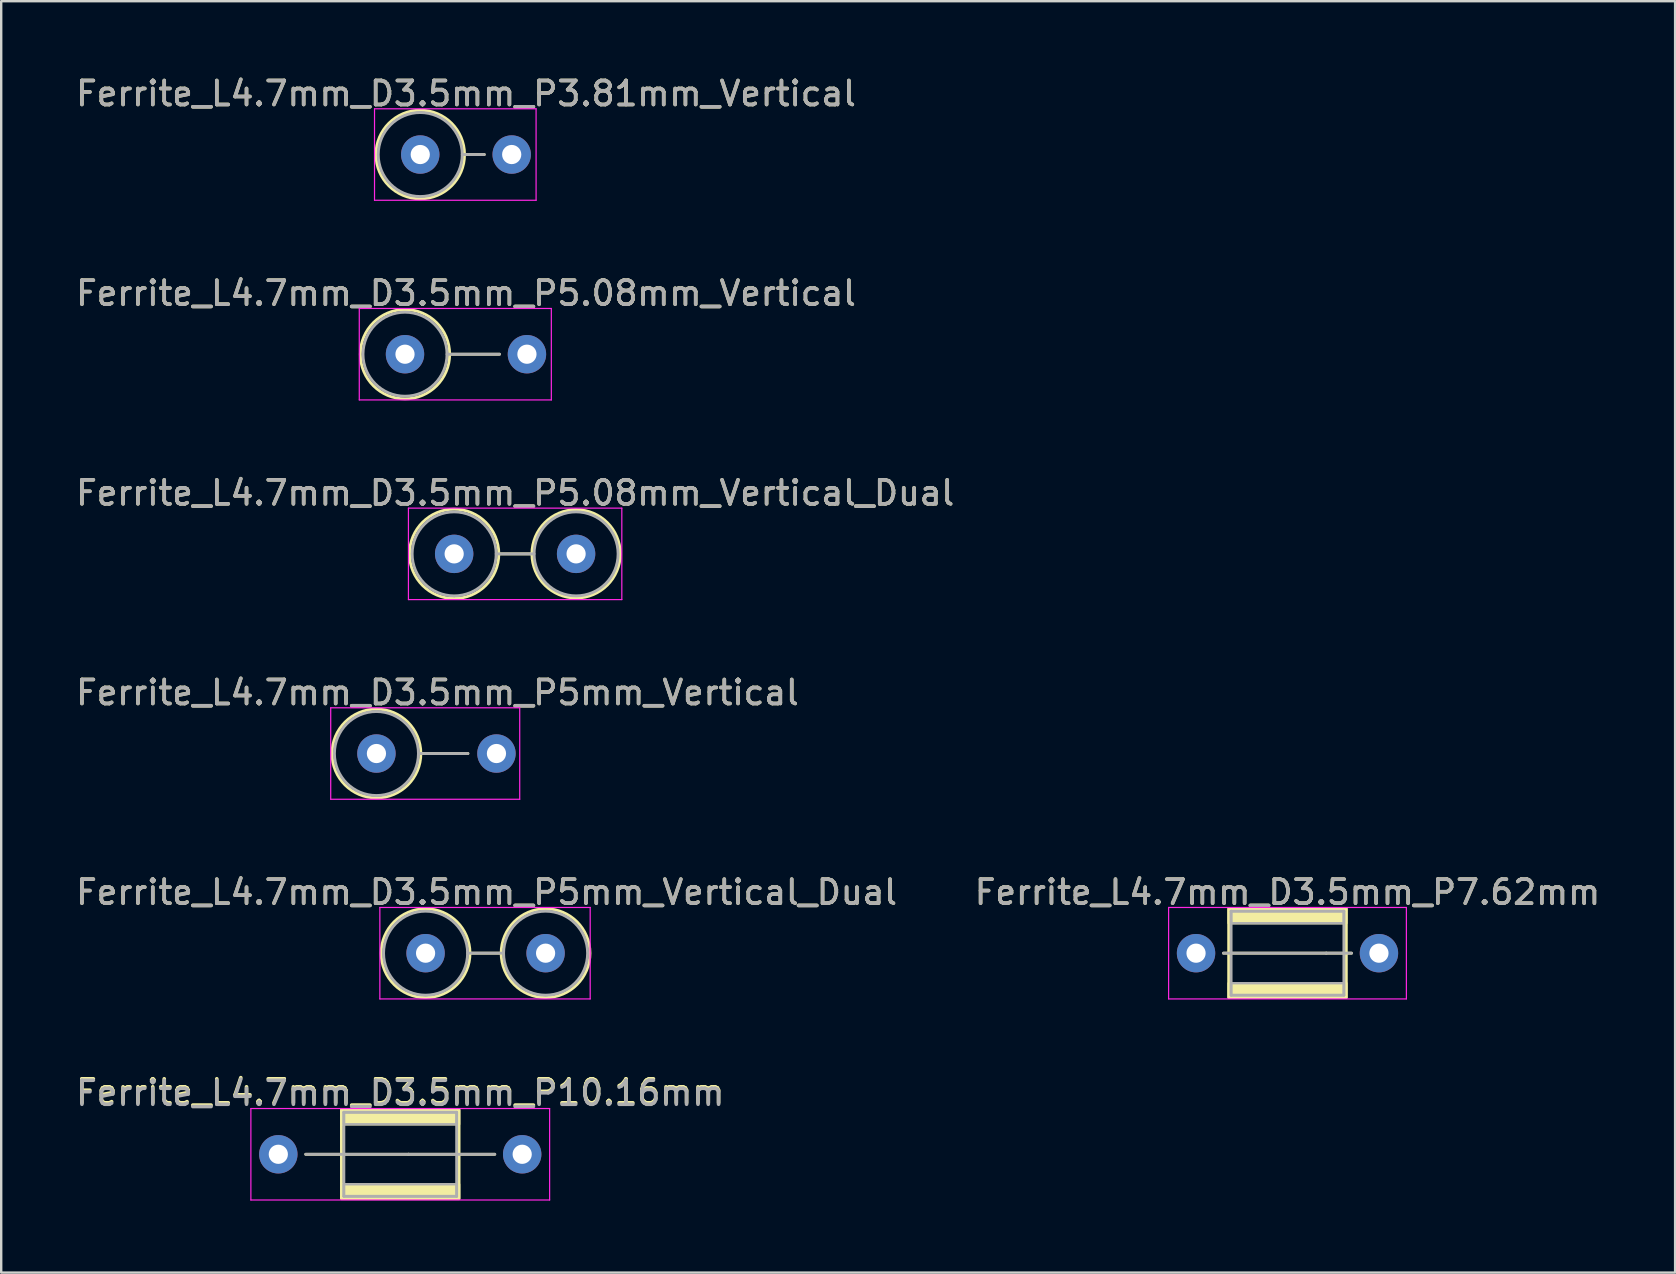
<source format=kicad_pcb>
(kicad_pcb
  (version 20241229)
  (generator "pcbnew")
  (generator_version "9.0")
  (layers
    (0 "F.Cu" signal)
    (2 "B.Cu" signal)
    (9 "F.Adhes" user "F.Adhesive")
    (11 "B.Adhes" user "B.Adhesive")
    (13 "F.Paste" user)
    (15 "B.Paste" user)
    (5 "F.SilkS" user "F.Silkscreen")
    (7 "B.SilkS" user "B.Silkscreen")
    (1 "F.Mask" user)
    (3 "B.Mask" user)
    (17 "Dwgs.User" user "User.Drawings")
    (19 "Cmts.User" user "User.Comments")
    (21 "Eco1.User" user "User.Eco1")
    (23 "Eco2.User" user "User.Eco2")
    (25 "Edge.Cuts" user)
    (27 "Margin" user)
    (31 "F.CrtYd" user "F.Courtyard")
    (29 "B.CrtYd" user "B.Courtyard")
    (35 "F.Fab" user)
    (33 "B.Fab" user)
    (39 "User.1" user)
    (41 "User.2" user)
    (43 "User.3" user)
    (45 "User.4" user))
  (footprint "Ferrite_L4.7mm_D3.5mm_P3.81mm_Vertical"
    (layer "F.Cu")
    (at 14.458 3.388)
    (property "Reference" "Ferrite_L4.7mm_D3.5mm_P3.81mm_Vertical" (at 1.905 -2.54 0) (layer "F.SilkS") (effects (font (size 1 1) (thickness 0.15))))
    (fp_line (start 1.845 0) (end 2.667 0) (stroke (width 0.12) (type solid)) (layer "F.SilkS"))
    (fp_circle (center 0 0) (end -1.845 0) (stroke (width 0.12) (type solid)) (fill no) (layer "F.SilkS"))
    (fp_line (start -1.905 -1.905) (end 4.826 -1.905) (stroke (width 0.05) (type solid)) (layer "F.CrtYd"))
    (fp_line (start -1.905 1.905) (end -1.905 -1.905) (stroke (width 0.05) (type solid)) (layer "F.CrtYd"))
    (fp_line (start 4.826 -1.905) (end 4.826 1.905) (stroke (width 0.05) (type solid)) (layer "F.CrtYd"))
    (fp_line (start 4.826 1.905) (end -1.905 1.905) (stroke (width 0.05) (type solid)) (layer "F.CrtYd"))
    (fp_line (start 1.75 0) (end 2.667 0) (stroke (width 0.12) (type solid)) (layer "F.Fab"))
    (fp_circle (center 0 0) (end -1.75 0) (stroke (width 0.12) (type solid)) (fill no) (layer "F.Fab"))
    (fp_text user "${REFERENCE}" (at 1.905 -2.539 0) (layer "F.Fab") (effects (font (size 1 1) (thickness 0.15))))
    (pad "1" thru_hole circle (at 0 0) (size 1.6 1.6) (drill 0.8) (layers "*.Cu" "*.Mask"))
    (pad "2" thru_hole circle (at 3.81 0) (size 1.6 1.6) (drill 0.8) (layers "*.Cu" "*.Mask")))
  (footprint "Ferrite_L4.7mm_D3.5mm_P5mm_Vertical"
    (layer "F.Cu")
    (at 12.633 28.343)
    (property "Reference" "Ferrite_L4.7mm_D3.5mm_P5mm_Vertical" (at 2.54 -2.54 0) (layer "F.SilkS") (effects (font (size 1 1) (thickness 0.15))))
    (fp_line (start 1.85 0) (end 3.81 0) (stroke (width 0.12) (type solid)) (layer "F.SilkS"))
    (fp_circle (center 0 0) (end -1.85 0) (stroke (width 0.12) (type solid)) (fill no) (layer "F.SilkS"))
    (fp_line (start -1.905 -1.905) (end 5.969 -1.905) (stroke (width 0.05) (type solid)) (layer "F.CrtYd"))
    (fp_line (start -1.905 1.905) (end -1.905 -1.905) (stroke (width 0.05) (type solid)) (layer "F.CrtYd"))
    (fp_line (start 5.969 -1.905) (end 5.969 1.905) (stroke (width 0.05) (type solid)) (layer "F.CrtYd"))
    (fp_line (start 5.969 1.905) (end -1.905 1.905) (stroke (width 0.05) (type solid)) (layer "F.CrtYd"))
    (fp_line (start 1.75 0) (end 3.81 0) (stroke (width 0.12) (type solid)) (layer "F.Fab"))
    (fp_circle (center 0 0) (end -1.75 0) (stroke (width 0.12) (type solid)) (fill no) (layer "F.Fab"))
    (fp_text user "${REFERENCE}" (at 2.54 -2.539 0) (layer "F.Fab") (effects (font (size 1 1) (thickness 0.15))))
    (pad "1" thru_hole circle (at 0 0) (size 1.6 1.6) (drill 0.8) (layers "*.Cu" "*.Mask"))
    (pad "2" thru_hole circle (at 5 0) (size 1.6 1.6) (drill 0.8) (layers "*.Cu" "*.Mask")))
  (footprint "Ferrite_L4.7mm_D3.5mm_P5.08mm_Vertical_Dual"
    (layer "F.Cu")
    (at 15.871 20.025)
    (property "Reference" "Ferrite_L4.7mm_D3.5mm_P5.08mm_Vertical_Dual" (at 2.54 -2.54 0) (layer "F.SilkS") (effects (font (size 1 1) (thickness 0.15))))
    (fp_line (start 1.86 0) (end 3.24 0) (stroke (width 0.12) (type solid)) (layer "F.SilkS"))
    (fp_circle (center 0 0) (end -1.86 0) (stroke (width 0.12) (type solid)) (fill no) (layer "F.SilkS"))
    (fp_circle (center 5.08 0) (end 3.24 0) (stroke (width 0.12) (type solid)) (fill no) (layer "F.SilkS"))
    (fp_line (start -1.905 -1.905) (end 6.985 -1.905) (stroke (width 0.05) (type solid)) (layer "F.CrtYd"))
    (fp_line (start -1.905 1.905) (end -1.905 -1.905) (stroke (width 0.05) (type solid)) (layer "F.CrtYd"))
    (fp_line (start 6.985 -1.905) (end 6.985 1.905) (stroke (width 0.05) (type solid)) (layer "F.CrtYd"))
    (fp_line (start 6.985 1.905) (end -1.905 1.905) (stroke (width 0.05) (type solid)) (layer "F.CrtYd"))
    (fp_line (start 1.75 0) (end 3.33 0) (stroke (width 0.12) (type solid)) (layer "F.Fab"))
    (fp_circle (center 0 0) (end -1.75 0) (stroke (width 0.12) (type solid)) (fill no) (layer "F.Fab"))
    (fp_circle (center 5.08 0) (end 3.33 0) (stroke (width 0.12) (type solid)) (fill no) (layer "F.Fab"))
    (fp_text user "${REFERENCE}" (at 2.54 -2.539 0) (layer "F.Fab") (effects (font (size 1 1) (thickness 0.15))))
    (pad "1" thru_hole circle (at 0 0) (size 1.6 1.6) (drill 0.8) (layers "*.Cu" "*.Mask"))
    (pad "2" thru_hole circle (at 5.08 0) (size 1.6 1.6) (drill 0.8) (layers "*.Cu" "*.Mask")))
  (footprint "Ferrite_L4.7mm_D3.5mm_P7.62mm"
    (layer "F.Cu")
    (at 46.779 36.661)
    (property "Reference" "Ferrite_L4.7mm_D3.5mm_P7.62mm" (at 3.81 -2.54 0) (layer "F.SilkS") (effects (font (size 1 1) (thickness 0.15))))
    (fp_line (start 5.424 0.000002) (end 1.143 0) (stroke (width 0.12) (type solid)) (layer "F.SilkS"))
    (fp_line (start 5.424 0.000002) (end 6.477 0) (stroke (width 0.12) (type solid)) (layer "F.SilkS"))
    (fp_rect (start 1.36 -1.85) (end 6.26 1.85) (stroke (width 0.12) (type solid)) (fill no) (layer "F.SilkS"))
    (fp_poly (pts (xy 6.26 -1.25) (xy 1.36 -1.25) (xy 1.36 -1.85) (xy 6.26 -1.85)) (stroke (width 0.1) (type solid)) (fill yes) (layer "F.SilkS"))
    (fp_poly (pts (xy 6.26 1.85) (xy 1.36 1.85) (xy 1.36 1.25) (xy 6.26 1.25)) (stroke (width 0.1) (type solid)) (fill yes) (layer "F.SilkS"))
    (fp_line (start -1.143 -1.905) (end 8.763 -1.905) (stroke (width 0.05) (type solid)) (layer "F.CrtYd"))
    (fp_line (start -1.143 1.905) (end -1.143 -1.905) (stroke (width 0.05) (type solid)) (layer "F.CrtYd"))
    (fp_line (start 8.763 -1.905) (end 8.763 1.905) (stroke (width 0.05) (type solid)) (layer "F.CrtYd"))
    (fp_line (start 8.763 1.905) (end -1.143 1.905) (stroke (width 0.05) (type solid)) (layer "F.CrtYd"))
    (fp_line (start 1.46 -1.75) (end 1.46 0) (stroke (width 0.12) (type solid)) (layer "F.Fab"))
    (fp_line (start 1.46 0) (end 1.46 1.75) (stroke (width 0.12) (type solid)) (layer "F.Fab"))
    (fp_line (start 1.46 1.75) (end 6.16 1.75) (stroke (width 0.12) (type solid)) (layer "F.Fab"))
    (fp_line (start 5.424 0.000002) (end 1.143 0) (stroke (width 0.12) (type solid)) (layer "F.Fab"))
    (fp_line (start 5.424 0.000002) (end 6.477 0) (stroke (width 0.12) (type solid)) (layer "F.Fab"))
    (fp_line (start 6.16 -1.75) (end 1.46 -1.75) (stroke (width 0.12) (type solid)) (layer "F.Fab"))
    (fp_line (start 6.16 1.75) (end 6.16 -1.75) (stroke (width 0.12) (type solid)) (layer "F.Fab"))
    (fp_poly (pts (xy 6.16 -1.25) (xy 1.46 -1.25) (xy 1.46 -1.75) (xy 6.16 -1.75)) (stroke (width 0.1) (type solid)) (fill no) (layer "F.Fab"))
    (fp_poly (pts (xy 6.16 1.75) (xy 1.46 1.75) (xy 1.46 1.25) (xy 6.16 1.25)) (stroke (width 0.1) (type solid)) (fill no) (layer "F.Fab"))
    (fp_text user "${REFERENCE}" (at 3.81 -2.539 0) (layer "F.Fab") (effects (font (size 1 1) (thickness 0.15))))
    (pad "1" thru_hole circle (at 0 0) (size 1.6 1.6) (drill 0.8) (layers "*.Cu" "*.Mask"))
    (pad "2" thru_hole circle (at 7.62 0) (size 1.6 1.6) (drill 0.8) (layers "*.Cu" "*.Mask")))
  (footprint "Ferrite_L4.7mm_D3.5mm_P5mm_Vertical_Dual"
    (layer "F.Cu")
    (at 14.68 36.661)
    (property "Reference" "Ferrite_L4.7mm_D3.5mm_P5mm_Vertical_Dual" (at 2.54 -2.54 0) (layer "F.SilkS") (effects (font (size 1 1) (thickness 0.15))))
    (fp_line (start 1.85 0) (end 3.15 0) (stroke (width 0.12) (type solid)) (layer "F.SilkS"))
    (fp_circle (center 0 0) (end -1.85 0) (stroke (width 0.12) (type solid)) (fill no) (layer "F.SilkS"))
    (fp_circle (center 5 0) (end 3.15 0) (stroke (width 0.12) (type solid)) (fill no) (layer "F.SilkS"))
    (fp_line (start -1.905 -1.905) (end 6.858 -1.905) (stroke (width 0.05) (type solid)) (layer "F.CrtYd"))
    (fp_line (start -1.905 1.905) (end -1.905 -1.905) (stroke (width 0.05) (type solid)) (layer "F.CrtYd"))
    (fp_line (start 6.858 -1.905) (end 6.858 1.905) (stroke (width 0.05) (type solid)) (layer "F.CrtYd"))
    (fp_line (start 6.858 1.905) (end -1.905 1.905) (stroke (width 0.05) (type solid)) (layer "F.CrtYd"))
    (fp_line (start 1.75 0) (end 3.25 0) (stroke (width 0.12) (type solid)) (layer "F.Fab"))
    (fp_circle (center 0 0) (end -1.75 0) (stroke (width 0.12) (type solid)) (fill no) (layer "F.Fab"))
    (fp_circle (center 5 0) (end 3.25 0) (stroke (width 0.12) (type solid)) (fill no) (layer "F.Fab"))
    (fp_text user "${REFERENCE}" (at 2.54 -2.539 0) (layer "F.Fab") (effects (font (size 1 1) (thickness 0.15))))
    (pad "1" thru_hole circle (at 0 0) (size 1.6 1.6) (drill 0.8) (layers "*.Cu" "*.Mask"))
    (pad "2" thru_hole circle (at 5 0) (size 1.6 1.6) (drill 0.8) (layers "*.Cu" "*.Mask")))
  (footprint "Ferrite_L4.7mm_D3.5mm_P10.16mm"
    (layer "F.Cu")
    (at 8.545 45.039)
    (property "Reference" "Ferrite_L4.7mm_D3.5mm_P10.16mm" (at 5.08 -2.6 0) (layer "F.SilkS") (effects (font (size 1 1) (thickness 0.15))))
    (fp_line (start 5.424 0.000002) (end 1.143 0) (stroke (width 0.12) (type solid)) (layer "F.SilkS"))
    (fp_line (start 5.424 0.000002) (end 9.017 0) (stroke (width 0.12) (type solid)) (layer "F.SilkS"))
    (fp_rect (start 2.63 -1.85) (end 7.53 1.85) (stroke (width 0.12) (type solid)) (fill no) (layer "F.SilkS"))
    (fp_poly (pts (xy 7.53 -1.25) (xy 2.63 -1.25) (xy 2.63 -1.85) (xy 7.53 -1.85)) (stroke (width 0.1) (type solid)) (fill yes) (layer "F.SilkS"))
    (fp_poly (pts (xy 7.53 1.85) (xy 2.63 1.85) (xy 2.63 1.25) (xy 7.53 1.25)) (stroke (width 0.1) (type solid)) (fill yes) (layer "F.SilkS"))
    (fp_line (start -1.143 -1.905) (end 11.303 -1.905) (stroke (width 0.05) (type solid)) (layer "F.CrtYd"))
    (fp_line (start -1.143 1.905) (end -1.143 -1.905) (stroke (width 0.05) (type solid)) (layer "F.CrtYd"))
    (fp_line (start 11.303 -1.905) (end 11.303 1.905) (stroke (width 0.05) (type solid)) (layer "F.CrtYd"))
    (fp_line (start 11.303 1.905) (end -1.143 1.905) (stroke (width 0.05) (type solid)) (layer "F.CrtYd"))
    (fp_line (start 2.73 -1.75) (end 2.73 0) (stroke (width 0.12) (type solid)) (layer "F.Fab"))
    (fp_line (start 2.73 0) (end 2.73 1.75) (stroke (width 0.12) (type solid)) (layer "F.Fab"))
    (fp_line (start 2.73 1.75) (end 7.43 1.75) (stroke (width 0.12) (type solid)) (layer "F.Fab"))
    (fp_line (start 5.424 0.000002) (end 1.143 0) (stroke (width 0.12) (type solid)) (layer "F.Fab"))
    (fp_line (start 5.424 0.000002) (end 9.017 0) (stroke (width 0.12) (type solid)) (layer "F.Fab"))
    (fp_line (start 7.43 -1.75) (end 2.73 -1.75) (stroke (width 0.12) (type solid)) (layer "F.Fab"))
    (fp_line (start 7.43 1.75) (end 7.43 -1.75) (stroke (width 0.12) (type solid)) (layer "F.Fab"))
    (fp_poly (pts (xy 7.43 -1.25) (xy 2.73 -1.25) (xy 2.73 -1.75) (xy 7.43 -1.75)) (stroke (width 0.1) (type solid)) (fill no) (layer "F.Fab"))
    (fp_poly (pts (xy 7.43 1.75) (xy 2.73 1.75) (xy 2.73 1.25) (xy 7.43 1.25)) (stroke (width 0.1) (type solid)) (fill no) (layer "F.Fab"))
    (fp_text user "${REFERENCE}" (at 5.08 -2.539 0) (layer "F.Fab") (effects (font (size 1 1) (thickness 0.15))))
    (pad "1" thru_hole circle (at 0 0) (size 1.6 1.6) (drill 0.8) (layers "*.Cu" "*.Mask"))
    (pad "2" thru_hole circle (at 10.16 0) (size 1.6 1.6) (drill 0.8) (layers "*.Cu" "*.Mask")))
  (footprint "Ferrite_L4.7mm_D3.5mm_P5.08mm_Vertical"
    (layer "F.Cu")
    (at 13.823 11.707)
    (property "Reference" "Ferrite_L4.7mm_D3.5mm_P5.08mm_Vertical" (at 2.54 -2.54 0) (layer "F.SilkS") (effects (font (size 1 1) (thickness 0.15))))
    (fp_line (start 1.86 0) (end 3.937 0) (stroke (width 0.12) (type solid)) (layer "F.SilkS"))
    (fp_circle (center 0 0) (end -1.86 0) (stroke (width 0.12) (type solid)) (fill no) (layer "F.SilkS"))
    (fp_line (start -1.905 -1.905) (end 6.096 -1.905) (stroke (width 0.05) (type solid)) (layer "F.CrtYd"))
    (fp_line (start -1.905 1.905) (end -1.905 -1.905) (stroke (width 0.05) (type solid)) (layer "F.CrtYd"))
    (fp_line (start 6.096 -1.905) (end 6.096 1.905) (stroke (width 0.05) (type solid)) (layer "F.CrtYd"))
    (fp_line (start 6.096 1.905) (end -1.905 1.905) (stroke (width 0.05) (type solid)) (layer "F.CrtYd"))
    (fp_line (start 1.75 0) (end 3.937 0) (stroke (width 0.12) (type solid)) (layer "F.Fab"))
    (fp_circle (center 0 0) (end -1.75 0) (stroke (width 0.12) (type solid)) (fill no) (layer "F.Fab"))
    (fp_text user "${REFERENCE}" (at 2.54 -2.539 0) (layer "F.Fab") (effects (font (size 1 1) (thickness 0.15))))
    (pad "1" thru_hole circle (at 0 0) (size 1.6 1.6) (drill 0.8) (layers "*.Cu" "*.Mask"))
    (pad "2" thru_hole circle (at 5.08 0) (size 1.6 1.6) (drill 0.8) (layers "*.Cu" "*.Mask")))
  (gr_rect
    (start -3 -3)
    (end 66.738 49.969)
    (stroke (width 0.1) (type default))
    (fill no)
    (layer "Edge.Cuts")))
</source>
